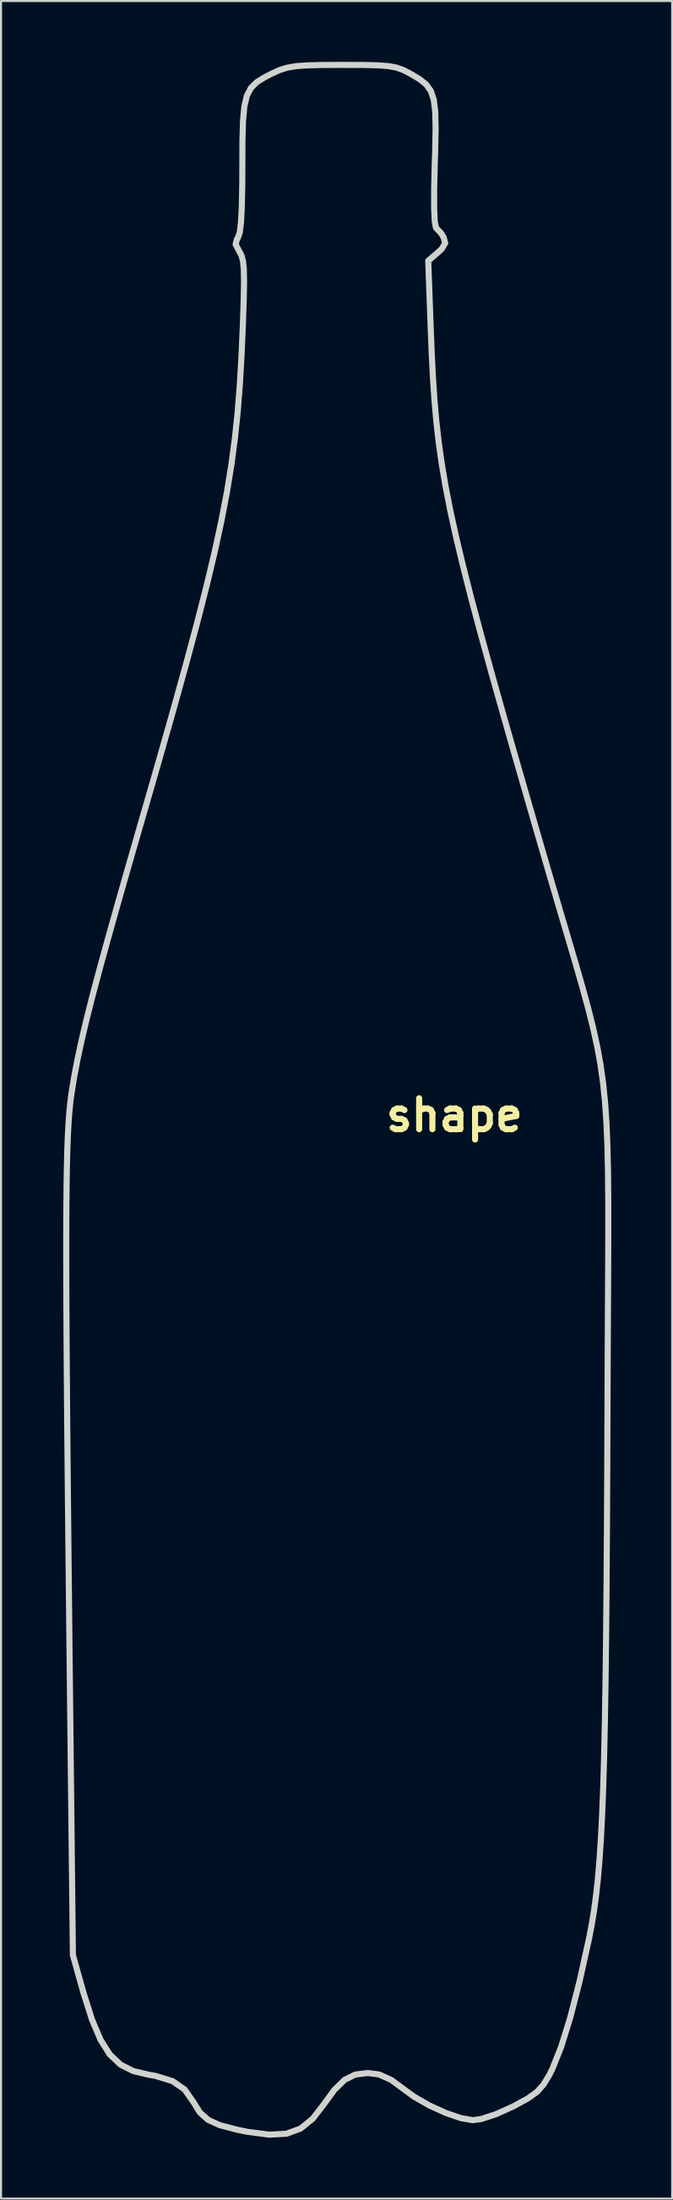
<source format=kicad_pcb>
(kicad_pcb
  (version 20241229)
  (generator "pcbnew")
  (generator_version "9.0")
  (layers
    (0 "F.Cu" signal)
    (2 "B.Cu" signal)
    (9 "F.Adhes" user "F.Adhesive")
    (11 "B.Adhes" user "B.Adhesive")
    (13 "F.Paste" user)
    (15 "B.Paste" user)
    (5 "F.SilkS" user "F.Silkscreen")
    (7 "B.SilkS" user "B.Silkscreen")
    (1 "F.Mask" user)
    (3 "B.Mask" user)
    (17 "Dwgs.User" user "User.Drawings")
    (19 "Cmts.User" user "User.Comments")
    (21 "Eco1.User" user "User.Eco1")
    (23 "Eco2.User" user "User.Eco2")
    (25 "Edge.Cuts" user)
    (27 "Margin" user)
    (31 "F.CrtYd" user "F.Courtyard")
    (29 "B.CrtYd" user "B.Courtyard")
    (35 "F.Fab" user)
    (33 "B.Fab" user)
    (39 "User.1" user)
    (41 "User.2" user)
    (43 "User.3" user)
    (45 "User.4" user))
  (footprint "shape"
    (layer "F.Cu")
    (at 19.368 51.932)
    (property "Reference" "shape" (at 0 0 0) (layer "F.SilkS") (effects (font (size 1.524 1.524) (thickness 0.3))))
    (attr board_only exclude_from_pos_files exclude_from_bom)
    (fp_poly (pts (xy -19.199 32.436) (xy -19.178 32.648) (xy -19.199 32.674) (xy -19.305 32.65) (xy -19.318 32.555) (xy -19.253 32.408)) (stroke (width 0.1) (type solid)) (fill no) (layer "Eco1.User"))
    (fp_poly (pts (xy -4.517 -51.779) (xy -3.774 -51.762) (xy -3.243 -51.721) (xy -2.851 -51.647) (xy -2.526 -51.53) (xy -2.195 -51.36) (xy -2.151 -51.336) (xy -1.714 -51.075) (xy -1.39 -50.813) (xy -1.164 -50.496) (xy -1.022 -50.069) (xy -0.949 -49.477) (xy -0.93 -48.665) (xy -0.951 -47.577) (xy -0.972 -46.92) (xy -1.002 -45.68) (xy -1.003 -44.726) (xy -0.974 -44.08) (xy -0.916 -43.762) (xy -0.895 -43.735) (xy -0.671 -43.498) (xy -0.533 -43.28) (xy -0.458 -42.993) (xy -0.623 -42.714) (xy -0.821 -42.53) (xy -1.294 -42.125) (xy -1.172 -38.815) (xy -1.122 -37.56) (xy -1.063 -36.395) (xy -0.99 -35.295) (xy -0.897 -34.231) (xy -0.777 -33.176) (xy -0.625 -32.102) (xy -0.435 -30.982) (xy -0.201 -29.787) (xy 0.084 -28.491) (xy 0.425 -27.066) (xy 0.828 -25.485) (xy 1.3 -23.719) (xy 1.845 -21.741) (xy 2.471 -19.523) (xy 3.183 -17.039) (xy 3.987 -14.259) (xy 4.646 -11.993) (xy 5.151 -10.273) (xy 5.595 -8.771) (xy 5.983 -7.454) (xy 6.318 -6.288) (xy 6.604 -5.241) (xy 6.844 -4.28) (xy 7.044 -3.371) (xy 7.205 -2.483) (xy 7.332 -1.581) (xy 7.429 -0.632) (xy 7.499 0.395) (xy 7.546 1.535) (xy 7.574 2.821) (xy 7.587 4.284) (xy 7.587 5.959) (xy 7.58 7.879) (xy 7.568 10.076) (xy 7.556 12.583) (xy 7.551 13.773) (xy 7.538 17.218) (xy 7.522 20.326) (xy 7.503 23.12) (xy 7.48 25.62) (xy 7.453 27.848) (xy 7.421 29.826) (xy 7.383 31.575) (xy 7.338 33.116) (xy 7.285 34.471) (xy 7.224 35.661) (xy 7.155 36.708) (xy 7.076 37.633) (xy 6.986 38.458) (xy 6.885 39.205) (xy 6.773 39.893) (xy 6.648 40.546) (xy 6.636 40.604) (xy 6.167 42.72) (xy 5.709 44.497) (xy 5.264 45.931) (xy 4.832 47.014) (xy 4.684 47.31) (xy 4.392 47.795) (xy 4.067 48.158) (xy 3.612 48.482) (xy 2.929 48.853) (xy 2.882 48.877) (xy 2.044 49.255) (xy 1.327 49.488) (xy 0.915 49.548) (xy 0.327 49.45) (xy -0.431 49.19) (xy -1.241 48.821) (xy -1.988 48.393) (xy -2.415 48.082) (xy -3.116 47.565) (xy -3.716 47.295) (xy -4.273 47.223) (xy -4.891 47.298) (xy -5.418 47.56) (xy -5.929 48.06) (xy -6.43 48.748) (xy -6.993 49.478) (xy -7.59 49.96) (xy -8.285 50.216) (xy -9.142 50.262) (xy -10.228 50.12) (xy -10.732 50.016) (xy -11.573 49.795) (xy -12.15 49.533) (xy -12.554 49.173) (xy -12.877 48.656) (xy -12.88 48.651) (xy -13.311 48.036) (xy -13.907 47.623) (xy -14.747 47.365) (xy -15.077 47.308) (xy -15.844 47.127) (xy -16.475 46.807) (xy -17.002 46.308) (xy -17.459 45.586) (xy -17.877 44.599) (xy -18.289 43.305) (xy -18.358 43.064) (xy -18.822 41.409) (xy -18.966 28.441) (xy -19.007 24.736) (xy -19.042 21.371) (xy -19.073 18.328) (xy -19.099 15.588) (xy -19.119 13.134) (xy -19.135 10.947) (xy -19.145 9.009) (xy -19.15 7.302) (xy -19.15 5.808) (xy -19.144 4.509) (xy -19.133 3.387) (xy -19.116 2.424) (xy -19.094 1.601) (xy -19.066 0.901) (xy -19.032 0.306) (xy -18.993 -0.203) (xy -18.948 -0.643) (xy -18.898 -1.033) (xy -18.878 -1.162) (xy -18.751 -1.931) (xy -18.596 -2.743) (xy -18.405 -3.633) (xy -18.17 -4.634) (xy -17.882 -5.778) (xy -17.532 -7.1) (xy -17.111 -8.633) (xy -16.612 -10.41) (xy -16.025 -12.465) (xy -15.389 -14.668) (xy -14.568 -17.515) (xy -13.847 -20.055) (xy -13.218 -22.321) (xy -12.675 -24.347) (xy -12.21 -26.168) (xy -11.818 -27.817) (xy -11.491 -29.329) (xy -11.221 -30.737) (xy -11.003 -32.075) (xy -10.83 -33.378) (xy -10.693 -34.678) (xy -10.588 -36.012) (xy -10.506 -37.411) (xy -10.44 -38.91) (xy -10.433 -39.104) (xy -10.395 -40.247) (xy -10.38 -41.089) (xy -10.39 -41.686) (xy -10.429 -42.094) (xy -10.498 -42.369) (xy -10.602 -42.568) (xy -10.611 -42.58) (xy -10.795 -42.935) (xy -10.727 -43.2) (xy -10.683 -43.258) (xy -10.595 -43.503) (xy -10.53 -44.013) (xy -10.489 -44.813) (xy -10.467 -45.928) (xy -10.464 -46.766) (xy -10.459 -48.044) (xy -10.431 -49.017) (xy -10.364 -49.739) (xy -10.24 -50.263) (xy -10.044 -50.641) (xy -9.757 -50.926) (xy -9.364 -51.173) (xy -8.998 -51.359) (xy -8.626 -51.527) (xy -8.262 -51.643) (xy -7.829 -51.718) (xy -7.254 -51.76) (xy -6.46 -51.778) (xy -5.545 -51.782)) (stroke (width 0.3) (type solid)) (fill no) (layer "Edge.Cuts")))
  (gr_rect
    (start -3 -3)
    (end 30.106 105.345)
    (stroke (width 0.1) (type default))
    (fill no)
    (layer "Edge.Cuts")))
</source>
